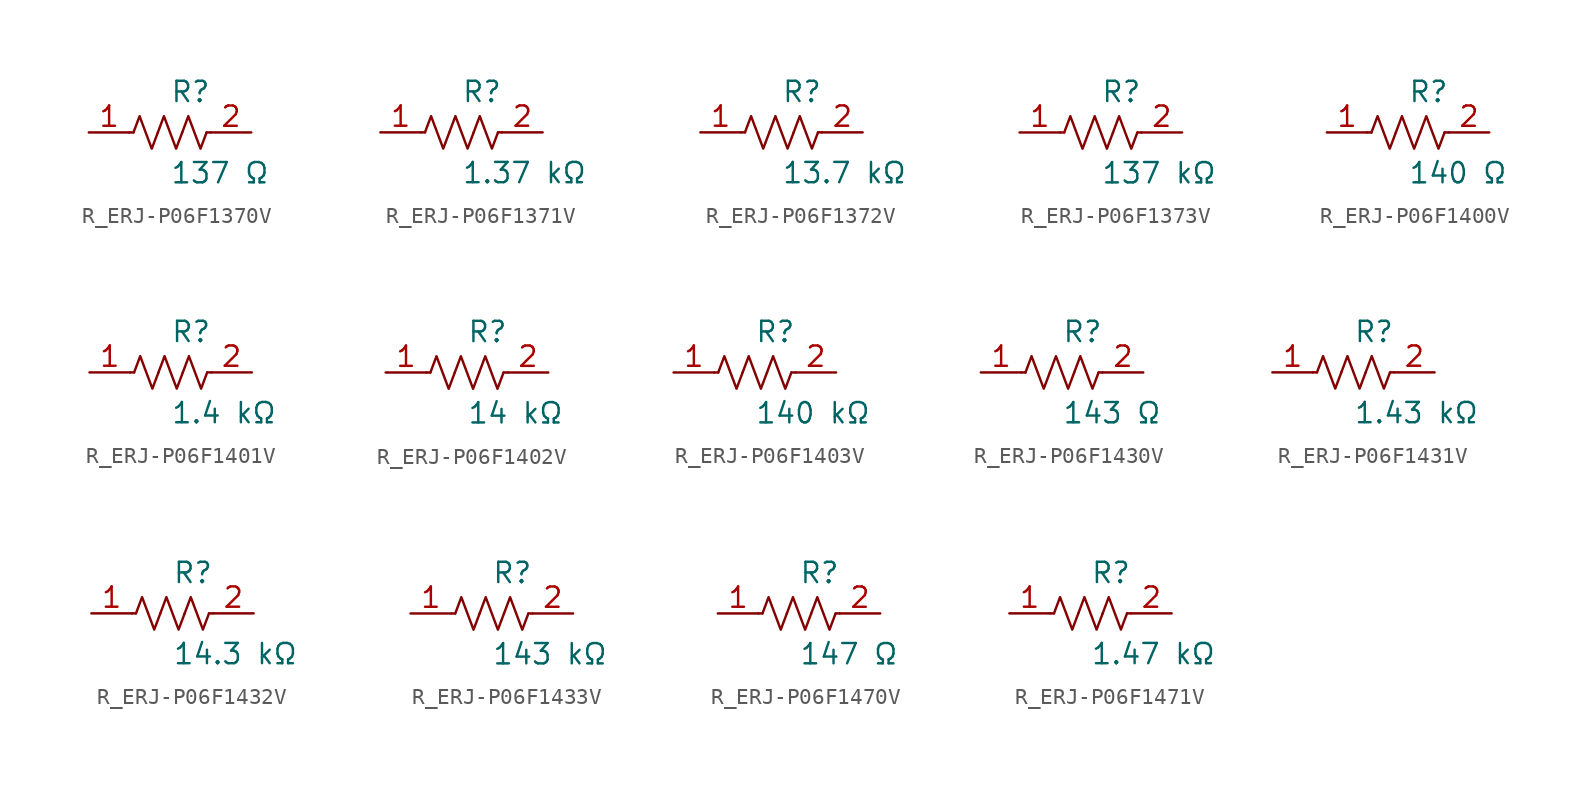
<source format=kicad_sym>
(kicad_symbol_lib
  (version 20231120)
  (generator kicad_symbol_editor)
  (generator_version 8.0)
  (symbol "R_ERJ-P06F1370V"
    (pin_names
      (offset 0.254))
    (property "Reference" "R"
      (at 0 2.54 0)
      (effects (font (size 1.27 1.27)) (justify left)))
    (property "Value" "137 Ω"
      (at 0 -2.54 0)
      (effects (font (size 1.27 1.27)) (justify left)))
    (symbol "R_ERJ-P06F1370V_0_1"
      (polyline (pts (xy 2.286 0) (xy 2.54 0)) (stroke (width 0) (type default)) (fill (type none)))
      (polyline (pts (xy -2.286 0) (xy -2.54 0)) (stroke (width 0) (type default)) (fill (type none)))
      (polyline (pts (xy 0.762 0) (xy 1.143 1.016) (xy 1.524 0) (xy 1.905 -1.016) (xy 2.286 0)) (stroke (width 0) (type default)) (fill (type none)))
      (polyline (pts (xy -0.762 0) (xy -0.381 1.016) (xy 0 0) (xy 0.381 -1.016) (xy 0.762 0)) (stroke (width 0) (type default)) (fill (type none)))
      (polyline (pts (xy -2.286 0) (xy -1.905 1.016) (xy -1.524 0) (xy -1.143 -1.016) (xy -0.762 0)) (stroke (width 0) (type default)) (fill (type none))))
    (pin passive line
      (at -5.08 0 0)
      (length 2.54)
      (name "" (effects (font (size 1.27 1.27))))
      (number "1" (effects (font (size 1.27 1.27)))))
    (pin passive line
      (at 5.08 0 180)
      (length 2.54)
      (name "" (effects (font (size 1.27 1.27))))
      (number "2" (effects (font (size 1.27 1.27))))))
  (symbol "R_ERJ-P06F1371V"
    (pin_names
      (offset 0.254))
    (property "Reference" "R"
      (at 0 2.54 0)
      (effects (font (size 1.27 1.27)) (justify left)))
    (property "Value" "1.37 kΩ"
      (at 0 -2.54 0)
      (effects (font (size 1.27 1.27)) (justify left)))
    (symbol "R_ERJ-P06F1371V_0_1"
      (polyline (pts (xy 2.286 0) (xy 2.54 0)) (stroke (width 0) (type default)) (fill (type none)))
      (polyline (pts (xy -2.286 0) (xy -2.54 0)) (stroke (width 0) (type default)) (fill (type none)))
      (polyline (pts (xy 0.762 0) (xy 1.143 1.016) (xy 1.524 0) (xy 1.905 -1.016) (xy 2.286 0)) (stroke (width 0) (type default)) (fill (type none)))
      (polyline (pts (xy -0.762 0) (xy -0.381 1.016) (xy 0 0) (xy 0.381 -1.016) (xy 0.762 0)) (stroke (width 0) (type default)) (fill (type none)))
      (polyline (pts (xy -2.286 0) (xy -1.905 1.016) (xy -1.524 0) (xy -1.143 -1.016) (xy -0.762 0)) (stroke (width 0) (type default)) (fill (type none))))
    (pin passive line
      (at -5.08 0 0)
      (length 2.54)
      (name "" (effects (font (size 1.27 1.27))))
      (number "1" (effects (font (size 1.27 1.27)))))
    (pin passive line
      (at 5.08 0 180)
      (length 2.54)
      (name "" (effects (font (size 1.27 1.27))))
      (number "2" (effects (font (size 1.27 1.27))))))
  (symbol "R_ERJ-P06F1372V"
    (pin_names
      (offset 0.254))
    (property "Reference" "R"
      (at 0 2.54 0)
      (effects (font (size 1.27 1.27)) (justify left)))
    (property "Value" "13.7 kΩ"
      (at 0 -2.54 0)
      (effects (font (size 1.27 1.27)) (justify left)))
    (symbol "R_ERJ-P06F1372V_0_1"
      (polyline (pts (xy 2.286 0) (xy 2.54 0)) (stroke (width 0) (type default)) (fill (type none)))
      (polyline (pts (xy -2.286 0) (xy -2.54 0)) (stroke (width 0) (type default)) (fill (type none)))
      (polyline (pts (xy 0.762 0) (xy 1.143 1.016) (xy 1.524 0) (xy 1.905 -1.016) (xy 2.286 0)) (stroke (width 0) (type default)) (fill (type none)))
      (polyline (pts (xy -0.762 0) (xy -0.381 1.016) (xy 0 0) (xy 0.381 -1.016) (xy 0.762 0)) (stroke (width 0) (type default)) (fill (type none)))
      (polyline (pts (xy -2.286 0) (xy -1.905 1.016) (xy -1.524 0) (xy -1.143 -1.016) (xy -0.762 0)) (stroke (width 0) (type default)) (fill (type none))))
    (pin passive line
      (at -5.08 0 0)
      (length 2.54)
      (name "" (effects (font (size 1.27 1.27))))
      (number "1" (effects (font (size 1.27 1.27)))))
    (pin passive line
      (at 5.08 0 180)
      (length 2.54)
      (name "" (effects (font (size 1.27 1.27))))
      (number "2" (effects (font (size 1.27 1.27))))))
  (symbol "R_ERJ-P06F1373V"
    (pin_names
      (offset 0.254))
    (property "Reference" "R"
      (at 0 2.54 0)
      (effects (font (size 1.27 1.27)) (justify left)))
    (property "Value" "137 kΩ"
      (at 0 -2.54 0)
      (effects (font (size 1.27 1.27)) (justify left)))
    (symbol "R_ERJ-P06F1373V_0_1"
      (polyline (pts (xy 2.286 0) (xy 2.54 0)) (stroke (width 0) (type default)) (fill (type none)))
      (polyline (pts (xy -2.286 0) (xy -2.54 0)) (stroke (width 0) (type default)) (fill (type none)))
      (polyline (pts (xy 0.762 0) (xy 1.143 1.016) (xy 1.524 0) (xy 1.905 -1.016) (xy 2.286 0)) (stroke (width 0) (type default)) (fill (type none)))
      (polyline (pts (xy -0.762 0) (xy -0.381 1.016) (xy 0 0) (xy 0.381 -1.016) (xy 0.762 0)) (stroke (width 0) (type default)) (fill (type none)))
      (polyline (pts (xy -2.286 0) (xy -1.905 1.016) (xy -1.524 0) (xy -1.143 -1.016) (xy -0.762 0)) (stroke (width 0) (type default)) (fill (type none))))
    (pin passive line
      (at -5.08 0 0)
      (length 2.54)
      (name "" (effects (font (size 1.27 1.27))))
      (number "1" (effects (font (size 1.27 1.27)))))
    (pin passive line
      (at 5.08 0 180)
      (length 2.54)
      (name "" (effects (font (size 1.27 1.27))))
      (number "2" (effects (font (size 1.27 1.27))))))
  (symbol "R_ERJ-P06F1400V"
    (pin_names
      (offset 0.254))
    (property "Reference" "R"
      (at 0 2.54 0)
      (effects (font (size 1.27 1.27)) (justify left)))
    (property "Value" "140 Ω"
      (at 0 -2.54 0)
      (effects (font (size 1.27 1.27)) (justify left)))
    (symbol "R_ERJ-P06F1400V_0_1"
      (polyline (pts (xy 2.286 0) (xy 2.54 0)) (stroke (width 0) (type default)) (fill (type none)))
      (polyline (pts (xy -2.286 0) (xy -2.54 0)) (stroke (width 0) (type default)) (fill (type none)))
      (polyline (pts (xy 0.762 0) (xy 1.143 1.016) (xy 1.524 0) (xy 1.905 -1.016) (xy 2.286 0)) (stroke (width 0) (type default)) (fill (type none)))
      (polyline (pts (xy -0.762 0) (xy -0.381 1.016) (xy 0 0) (xy 0.381 -1.016) (xy 0.762 0)) (stroke (width 0) (type default)) (fill (type none)))
      (polyline (pts (xy -2.286 0) (xy -1.905 1.016) (xy -1.524 0) (xy -1.143 -1.016) (xy -0.762 0)) (stroke (width 0) (type default)) (fill (type none))))
    (pin passive line
      (at -5.08 0 0)
      (length 2.54)
      (name "" (effects (font (size 1.27 1.27))))
      (number "1" (effects (font (size 1.27 1.27)))))
    (pin passive line
      (at 5.08 0 180)
      (length 2.54)
      (name "" (effects (font (size 1.27 1.27))))
      (number "2" (effects (font (size 1.27 1.27))))))
  (symbol "R_ERJ-P06F1401V"
    (pin_names
      (offset 0.254))
    (property "Reference" "R"
      (at 0 2.54 0)
      (effects (font (size 1.27 1.27)) (justify left)))
    (property "Value" "1.4 kΩ"
      (at 0 -2.54 0)
      (effects (font (size 1.27 1.27)) (justify left)))
    (symbol "R_ERJ-P06F1401V_0_1"
      (polyline (pts (xy 2.286 0) (xy 2.54 0)) (stroke (width 0) (type default)) (fill (type none)))
      (polyline (pts (xy -2.286 0) (xy -2.54 0)) (stroke (width 0) (type default)) (fill (type none)))
      (polyline (pts (xy 0.762 0) (xy 1.143 1.016) (xy 1.524 0) (xy 1.905 -1.016) (xy 2.286 0)) (stroke (width 0) (type default)) (fill (type none)))
      (polyline (pts (xy -0.762 0) (xy -0.381 1.016) (xy 0 0) (xy 0.381 -1.016) (xy 0.762 0)) (stroke (width 0) (type default)) (fill (type none)))
      (polyline (pts (xy -2.286 0) (xy -1.905 1.016) (xy -1.524 0) (xy -1.143 -1.016) (xy -0.762 0)) (stroke (width 0) (type default)) (fill (type none))))
    (pin passive line
      (at -5.08 0 0)
      (length 2.54)
      (name "" (effects (font (size 1.27 1.27))))
      (number "1" (effects (font (size 1.27 1.27)))))
    (pin passive line
      (at 5.08 0 180)
      (length 2.54)
      (name "" (effects (font (size 1.27 1.27))))
      (number "2" (effects (font (size 1.27 1.27))))))
  (symbol "R_ERJ-P06F1402V"
    (pin_names
      (offset 0.254))
    (property "Reference" "R"
      (at 0 2.54 0)
      (effects (font (size 1.27 1.27)) (justify left)))
    (property "Value" "14 kΩ"
      (at 0 -2.54 0)
      (effects (font (size 1.27 1.27)) (justify left)))
    (symbol "R_ERJ-P06F1402V_0_1"
      (polyline (pts (xy 2.286 0) (xy 2.54 0)) (stroke (width 0) (type default)) (fill (type none)))
      (polyline (pts (xy -2.286 0) (xy -2.54 0)) (stroke (width 0) (type default)) (fill (type none)))
      (polyline (pts (xy 0.762 0) (xy 1.143 1.016) (xy 1.524 0) (xy 1.905 -1.016) (xy 2.286 0)) (stroke (width 0) (type default)) (fill (type none)))
      (polyline (pts (xy -0.762 0) (xy -0.381 1.016) (xy 0 0) (xy 0.381 -1.016) (xy 0.762 0)) (stroke (width 0) (type default)) (fill (type none)))
      (polyline (pts (xy -2.286 0) (xy -1.905 1.016) (xy -1.524 0) (xy -1.143 -1.016) (xy -0.762 0)) (stroke (width 0) (type default)) (fill (type none))))
    (pin passive line
      (at -5.08 0 0)
      (length 2.54)
      (name "" (effects (font (size 1.27 1.27))))
      (number "1" (effects (font (size 1.27 1.27)))))
    (pin passive line
      (at 5.08 0 180)
      (length 2.54)
      (name "" (effects (font (size 1.27 1.27))))
      (number "2" (effects (font (size 1.27 1.27))))))
  (symbol "R_ERJ-P06F1403V"
    (pin_names
      (offset 0.254))
    (property "Reference" "R"
      (at 0 2.54 0)
      (effects (font (size 1.27 1.27)) (justify left)))
    (property "Value" "140 kΩ"
      (at 0 -2.54 0)
      (effects (font (size 1.27 1.27)) (justify left)))
    (symbol "R_ERJ-P06F1403V_0_1"
      (polyline (pts (xy 2.286 0) (xy 2.54 0)) (stroke (width 0) (type default)) (fill (type none)))
      (polyline (pts (xy -2.286 0) (xy -2.54 0)) (stroke (width 0) (type default)) (fill (type none)))
      (polyline (pts (xy 0.762 0) (xy 1.143 1.016) (xy 1.524 0) (xy 1.905 -1.016) (xy 2.286 0)) (stroke (width 0) (type default)) (fill (type none)))
      (polyline (pts (xy -0.762 0) (xy -0.381 1.016) (xy 0 0) (xy 0.381 -1.016) (xy 0.762 0)) (stroke (width 0) (type default)) (fill (type none)))
      (polyline (pts (xy -2.286 0) (xy -1.905 1.016) (xy -1.524 0) (xy -1.143 -1.016) (xy -0.762 0)) (stroke (width 0) (type default)) (fill (type none))))
    (pin passive line
      (at -5.08 0 0)
      (length 2.54)
      (name "" (effects (font (size 1.27 1.27))))
      (number "1" (effects (font (size 1.27 1.27)))))
    (pin passive line
      (at 5.08 0 180)
      (length 2.54)
      (name "" (effects (font (size 1.27 1.27))))
      (number "2" (effects (font (size 1.27 1.27))))))
  (symbol "R_ERJ-P06F1430V"
    (pin_names
      (offset 0.254))
    (property "Reference" "R"
      (at 0 2.54 0)
      (effects (font (size 1.27 1.27)) (justify left)))
    (property "Value" "143 Ω"
      (at 0 -2.54 0)
      (effects (font (size 1.27 1.27)) (justify left)))
    (symbol "R_ERJ-P06F1430V_0_1"
      (polyline (pts (xy 2.286 0) (xy 2.54 0)) (stroke (width 0) (type default)) (fill (type none)))
      (polyline (pts (xy -2.286 0) (xy -2.54 0)) (stroke (width 0) (type default)) (fill (type none)))
      (polyline (pts (xy 0.762 0) (xy 1.143 1.016) (xy 1.524 0) (xy 1.905 -1.016) (xy 2.286 0)) (stroke (width 0) (type default)) (fill (type none)))
      (polyline (pts (xy -0.762 0) (xy -0.381 1.016) (xy 0 0) (xy 0.381 -1.016) (xy 0.762 0)) (stroke (width 0) (type default)) (fill (type none)))
      (polyline (pts (xy -2.286 0) (xy -1.905 1.016) (xy -1.524 0) (xy -1.143 -1.016) (xy -0.762 0)) (stroke (width 0) (type default)) (fill (type none))))
    (pin passive line
      (at -5.08 0 0)
      (length 2.54)
      (name "" (effects (font (size 1.27 1.27))))
      (number "1" (effects (font (size 1.27 1.27)))))
    (pin passive line
      (at 5.08 0 180)
      (length 2.54)
      (name "" (effects (font (size 1.27 1.27))))
      (number "2" (effects (font (size 1.27 1.27))))))
  (symbol "R_ERJ-P06F1431V"
    (pin_names
      (offset 0.254))
    (property "Reference" "R"
      (at 0 2.54 0)
      (effects (font (size 1.27 1.27)) (justify left)))
    (property "Value" "1.43 kΩ"
      (at 0 -2.54 0)
      (effects (font (size 1.27 1.27)) (justify left)))
    (symbol "R_ERJ-P06F1431V_0_1"
      (polyline (pts (xy 2.286 0) (xy 2.54 0)) (stroke (width 0) (type default)) (fill (type none)))
      (polyline (pts (xy -2.286 0) (xy -2.54 0)) (stroke (width 0) (type default)) (fill (type none)))
      (polyline (pts (xy 0.762 0) (xy 1.143 1.016) (xy 1.524 0) (xy 1.905 -1.016) (xy 2.286 0)) (stroke (width 0) (type default)) (fill (type none)))
      (polyline (pts (xy -0.762 0) (xy -0.381 1.016) (xy 0 0) (xy 0.381 -1.016) (xy 0.762 0)) (stroke (width 0) (type default)) (fill (type none)))
      (polyline (pts (xy -2.286 0) (xy -1.905 1.016) (xy -1.524 0) (xy -1.143 -1.016) (xy -0.762 0)) (stroke (width 0) (type default)) (fill (type none))))
    (pin passive line
      (at -5.08 0 0)
      (length 2.54)
      (name "" (effects (font (size 1.27 1.27))))
      (number "1" (effects (font (size 1.27 1.27)))))
    (pin passive line
      (at 5.08 0 180)
      (length 2.54)
      (name "" (effects (font (size 1.27 1.27))))
      (number "2" (effects (font (size 1.27 1.27))))))
  (symbol "R_ERJ-P06F1432V"
    (pin_names
      (offset 0.254))
    (property "Reference" "R"
      (at 0 2.54 0)
      (effects (font (size 1.27 1.27)) (justify left)))
    (property "Value" "14.3 kΩ"
      (at 0 -2.54 0)
      (effects (font (size 1.27 1.27)) (justify left)))
    (symbol "R_ERJ-P06F1432V_0_1"
      (polyline (pts (xy 2.286 0) (xy 2.54 0)) (stroke (width 0) (type default)) (fill (type none)))
      (polyline (pts (xy -2.286 0) (xy -2.54 0)) (stroke (width 0) (type default)) (fill (type none)))
      (polyline (pts (xy 0.762 0) (xy 1.143 1.016) (xy 1.524 0) (xy 1.905 -1.016) (xy 2.286 0)) (stroke (width 0) (type default)) (fill (type none)))
      (polyline (pts (xy -0.762 0) (xy -0.381 1.016) (xy 0 0) (xy 0.381 -1.016) (xy 0.762 0)) (stroke (width 0) (type default)) (fill (type none)))
      (polyline (pts (xy -2.286 0) (xy -1.905 1.016) (xy -1.524 0) (xy -1.143 -1.016) (xy -0.762 0)) (stroke (width 0) (type default)) (fill (type none))))
    (pin passive line
      (at -5.08 0 0)
      (length 2.54)
      (name "" (effects (font (size 1.27 1.27))))
      (number "1" (effects (font (size 1.27 1.27)))))
    (pin passive line
      (at 5.08 0 180)
      (length 2.54)
      (name "" (effects (font (size 1.27 1.27))))
      (number "2" (effects (font (size 1.27 1.27))))))
  (symbol "R_ERJ-P06F1433V"
    (pin_names
      (offset 0.254))
    (property "Reference" "R"
      (at 0 2.54 0)
      (effects (font (size 1.27 1.27)) (justify left)))
    (property "Value" "143 kΩ"
      (at 0 -2.54 0)
      (effects (font (size 1.27 1.27)) (justify left)))
    (symbol "R_ERJ-P06F1433V_0_1"
      (polyline (pts (xy 2.286 0) (xy 2.54 0)) (stroke (width 0) (type default)) (fill (type none)))
      (polyline (pts (xy -2.286 0) (xy -2.54 0)) (stroke (width 0) (type default)) (fill (type none)))
      (polyline (pts (xy 0.762 0) (xy 1.143 1.016) (xy 1.524 0) (xy 1.905 -1.016) (xy 2.286 0)) (stroke (width 0) (type default)) (fill (type none)))
      (polyline (pts (xy -0.762 0) (xy -0.381 1.016) (xy 0 0) (xy 0.381 -1.016) (xy 0.762 0)) (stroke (width 0) (type default)) (fill (type none)))
      (polyline (pts (xy -2.286 0) (xy -1.905 1.016) (xy -1.524 0) (xy -1.143 -1.016) (xy -0.762 0)) (stroke (width 0) (type default)) (fill (type none))))
    (pin passive line
      (at -5.08 0 0)
      (length 2.54)
      (name "" (effects (font (size 1.27 1.27))))
      (number "1" (effects (font (size 1.27 1.27)))))
    (pin passive line
      (at 5.08 0 180)
      (length 2.54)
      (name "" (effects (font (size 1.27 1.27))))
      (number "2" (effects (font (size 1.27 1.27))))))
  (symbol "R_ERJ-P06F1470V"
    (pin_names
      (offset 0.254))
    (property "Reference" "R"
      (at 0 2.54 0)
      (effects (font (size 1.27 1.27)) (justify left)))
    (property "Value" "147 Ω"
      (at 0 -2.54 0)
      (effects (font (size 1.27 1.27)) (justify left)))
    (symbol "R_ERJ-P06F1470V_0_1"
      (polyline (pts (xy 2.286 0) (xy 2.54 0)) (stroke (width 0) (type default)) (fill (type none)))
      (polyline (pts (xy -2.286 0) (xy -2.54 0)) (stroke (width 0) (type default)) (fill (type none)))
      (polyline (pts (xy 0.762 0) (xy 1.143 1.016) (xy 1.524 0) (xy 1.905 -1.016) (xy 2.286 0)) (stroke (width 0) (type default)) (fill (type none)))
      (polyline (pts (xy -0.762 0) (xy -0.381 1.016) (xy 0 0) (xy 0.381 -1.016) (xy 0.762 0)) (stroke (width 0) (type default)) (fill (type none)))
      (polyline (pts (xy -2.286 0) (xy -1.905 1.016) (xy -1.524 0) (xy -1.143 -1.016) (xy -0.762 0)) (stroke (width 0) (type default)) (fill (type none))))
    (pin passive line
      (at -5.08 0 0)
      (length 2.54)
      (name "" (effects (font (size 1.27 1.27))))
      (number "1" (effects (font (size 1.27 1.27)))))
    (pin passive line
      (at 5.08 0 180)
      (length 2.54)
      (name "" (effects (font (size 1.27 1.27))))
      (number "2" (effects (font (size 1.27 1.27))))))
  (symbol "R_ERJ-P06F1471V"
    (pin_names
      (offset 0.254))
    (property "Reference" "R"
      (at 0 2.54 0)
      (effects (font (size 1.27 1.27)) (justify left)))
    (property "Value" "1.47 kΩ"
      (at 0 -2.54 0)
      (effects (font (size 1.27 1.27)) (justify left)))
    (symbol "R_ERJ-P06F1471V_0_1"
      (polyline (pts (xy 2.286 0) (xy 2.54 0)) (stroke (width 0) (type default)) (fill (type none)))
      (polyline (pts (xy -2.286 0) (xy -2.54 0)) (stroke (width 0) (type default)) (fill (type none)))
      (polyline (pts (xy 0.762 0) (xy 1.143 1.016) (xy 1.524 0) (xy 1.905 -1.016) (xy 2.286 0)) (stroke (width 0) (type default)) (fill (type none)))
      (polyline (pts (xy -0.762 0) (xy -0.381 1.016) (xy 0 0) (xy 0.381 -1.016) (xy 0.762 0)) (stroke (width 0) (type default)) (fill (type none)))
      (polyline (pts (xy -2.286 0) (xy -1.905 1.016) (xy -1.524 0) (xy -1.143 -1.016) (xy -0.762 0)) (stroke (width 0) (type default)) (fill (type none))))
    (pin passive line
      (at -5.08 0 0)
      (length 2.54)
      (name "" (effects (font (size 1.27 1.27))))
      (number "1" (effects (font (size 1.27 1.27)))))
    (pin passive line
      (at 5.08 0 180)
      (length 2.54)
      (name "" (effects (font (size 1.27 1.27))))
      (number "2" (effects (font (size 1.27 1.27)))))))
</source>
